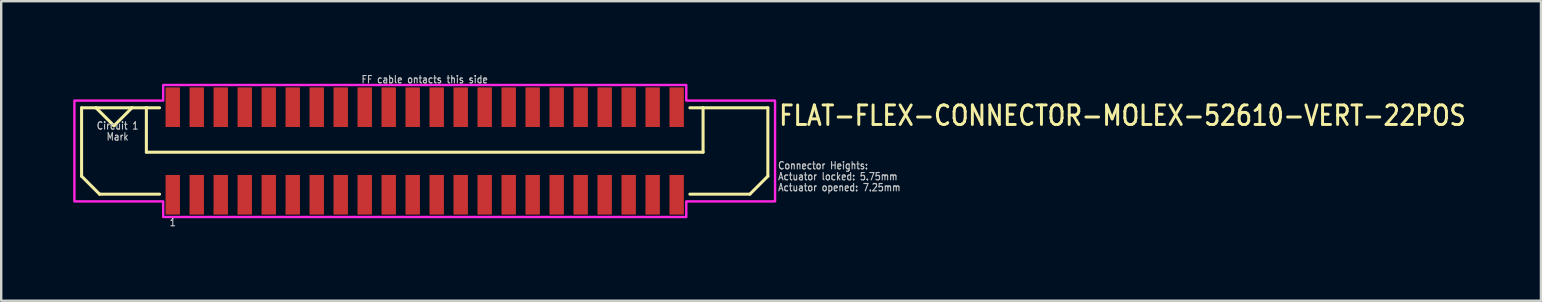
<source format=kicad_pcb>
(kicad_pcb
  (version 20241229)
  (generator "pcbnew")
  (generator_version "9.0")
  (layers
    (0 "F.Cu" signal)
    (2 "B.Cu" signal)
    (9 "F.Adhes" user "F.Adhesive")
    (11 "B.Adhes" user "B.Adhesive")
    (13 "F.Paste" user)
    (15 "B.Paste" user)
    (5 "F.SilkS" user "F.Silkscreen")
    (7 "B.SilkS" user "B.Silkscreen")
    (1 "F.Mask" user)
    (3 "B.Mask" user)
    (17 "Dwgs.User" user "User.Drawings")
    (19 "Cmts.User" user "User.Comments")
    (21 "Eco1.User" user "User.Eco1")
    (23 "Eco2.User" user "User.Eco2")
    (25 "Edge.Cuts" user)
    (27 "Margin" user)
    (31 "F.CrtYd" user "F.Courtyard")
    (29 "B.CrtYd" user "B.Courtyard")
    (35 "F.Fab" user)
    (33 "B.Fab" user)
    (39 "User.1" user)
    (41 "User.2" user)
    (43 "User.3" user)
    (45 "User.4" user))
  (footprint "FLAT-FLEX-CONNECTOR-MOLEX-52610-VERT-22POS"
    (layer "F.Cu")
    (at 14.65 3.242)
    (property "Reference" "FLAT-FLEX-CONNECTOR-MOLEX-52610-VERT-22POS" (at 14.7 -1 0) (unlocked yes) (layer "F.SilkS") (effects (font (size 0.813 0.695) (thickness 0.122)) (justify left bottom)))
    (fp_line (start -14.3 -1.8) (end -14.3 1.05) (stroke (width 0.127) (type solid)) (layer "F.SilkS"))
    (fp_line (start -14.3 1.05) (end -13.55 1.8) (stroke (width 0.127) (type solid)) (layer "F.SilkS"))
    (fp_line (start -13.7 -1.8) (end -14.3 -1.8) (stroke (width 0.127) (type solid)) (layer "F.SilkS"))
    (fp_line (start -13.7 -1.8) (end -12.95 -1.05) (stroke (width 0.127) (type solid)) (layer "F.SilkS"))
    (fp_line (start -13.55 1.8) (end -11.05 1.8) (stroke (width 0.127) (type solid)) (layer "F.SilkS"))
    (fp_line (start -12.95 -1.05) (end -12.2 -1.8) (stroke (width 0.127) (type solid)) (layer "F.SilkS"))
    (fp_line (start -12.2 -1.8) (end -13.7 -1.8) (stroke (width 0.127) (type solid)) (layer "F.SilkS"))
    (fp_line (start -11.6 -1.8) (end -12.2 -1.8) (stroke (width 0.127) (type solid)) (layer "F.SilkS"))
    (fp_line (start -11.6 -1.8) (end -11.6 0.05) (stroke (width 0.127) (type solid)) (layer "F.SilkS"))
    (fp_line (start -11.6 0.05) (end 11.6 0.05) (stroke (width 0.127) (type solid)) (layer "F.SilkS"))
    (fp_line (start -11.05 -1.8) (end -11.6 -1.8) (stroke (width 0.127) (type solid)) (layer "F.SilkS"))
    (fp_line (start 11.05 -1.8) (end 11.6 -1.8) (stroke (width 0.127) (type solid)) (layer "F.SilkS"))
    (fp_line (start 11.6 -1.8) (end 14.3 -1.8) (stroke (width 0.127) (type solid)) (layer "F.SilkS"))
    (fp_line (start 11.6 0.05) (end 11.6 -1.8) (stroke (width 0.127) (type solid)) (layer "F.SilkS"))
    (fp_line (start 13.55 1.8) (end 11.05 1.8) (stroke (width 0.127) (type solid)) (layer "F.SilkS"))
    (fp_line (start 14.3 -1.8) (end 14.3 1.05) (stroke (width 0.127) (type solid)) (layer "F.SilkS"))
    (fp_line (start 14.3 1.05) (end 13.55 1.8) (stroke (width 0.127) (type solid)) (layer "F.SilkS"))
    (fp_poly (pts (xy -14.6 -2.1) (xy -10.9 -2.1) (xy -10.9 -2.75) (xy 10.9 -2.75) (xy 10.9 -2.1) (xy 14.6 -2.1) (xy 14.6 2.1) (xy 10.9 2.1) (xy 10.9 2.75) (xy -10.9 2.75) (xy -10.9 2.1) (xy -14.6 2.1)) (stroke (width 0.1) (type solid)) (fill no) (layer "F.CrtYd"))
    (fp_text user "Circuit 1" (at -12.8 -1.229 0) (unlocked yes) (layer "Dwgs.User") (effects (font (size 0.305 0.261) (thickness 0.046)) (justify top)))
    (fp_text user "Connector Heights:" (at 14.7 0.786 0) (unlocked yes) (layer "Dwgs.User") (effects (font (size 0.305 0.261) (thickness 0.046)) (justify left bottom)))
    (fp_text user "Actuator locked: 5.75mm" (at 14.7 1.243 0) (unlocked yes) (layer "Dwgs.User") (effects (font (size 0.305 0.261) (thickness 0.046)) (justify left bottom)))
    (fp_text user "Mark" (at -12.8 -0.771 0) (unlocked yes) (layer "Dwgs.User") (effects (font (size 0.305 0.261) (thickness 0.046)) (justify top)))
    (fp_text user "FF cable ontacts this side" (at 0 -2.8 0) (unlocked yes) (layer "Dwgs.User") (effects (font (size 0.305 0.261) (thickness 0.046)) (justify bottom)))
    (fp_text user "1" (at -10.5 2.8 0) (unlocked yes) (layer "Dwgs.User") (effects (font (size 0.305 0.261) (thickness 0.046)) (justify top)))
    (fp_text user "Actuator opened: 7.25mm" (at 14.7 1.7 0) (unlocked yes) (layer "Dwgs.User") (effects (font (size 0.305 0.261) (thickness 0.046)) (justify left bottom)))
    (pad "PC1" smd rect (at -10.5 -1.825) (size 0.6 1.65) (layers "F.Cu" "F.Mask" "F.Paste"))
    (pad "PC2" smd rect (at -9.5 -1.825) (size 0.6 1.65) (layers "F.Cu" "F.Mask" "F.Paste"))
    (pad "PC3" smd rect (at -8.5 -1.825) (size 0.6 1.65) (layers "F.Cu" "F.Mask" "F.Paste"))
    (pad "PC4" smd rect (at -7.5 -1.825) (size 0.6 1.65) (layers "F.Cu" "F.Mask" "F.Paste"))
    (pad "PC5" smd rect (at -6.5 -1.825) (size 0.6 1.65) (layers "F.Cu" "F.Mask" "F.Paste"))
    (pad "PC6" smd rect (at -5.5 -1.825) (size 0.6 1.65) (layers "F.Cu" "F.Mask" "F.Paste"))
    (pad "PC7" smd rect (at -4.5 -1.825) (size 0.6 1.65) (layers "F.Cu" "F.Mask" "F.Paste"))
    (pad "PC8" smd rect (at -3.5 -1.825) (size 0.6 1.65) (layers "F.Cu" "F.Mask" "F.Paste"))
    (pad "PC9" smd rect (at -2.5 -1.825) (size 0.6 1.65) (layers "F.Cu" "F.Mask" "F.Paste"))
    (pad "PC10" smd rect (at -1.5 -1.825) (size 0.6 1.65) (layers "F.Cu" "F.Mask" "F.Paste"))
    (pad "PC11" smd rect (at -0.5 -1.825) (size 0.6 1.65) (layers "F.Cu" "F.Mask" "F.Paste"))
    (pad "PC12" smd rect (at 0.5 -1.825) (size 0.6 1.65) (layers "F.Cu" "F.Mask" "F.Paste"))
    (pad "PC13" smd rect (at 1.5 -1.825) (size 0.6 1.65) (layers "F.Cu" "F.Mask" "F.Paste"))
    (pad "PC14" smd rect (at 2.5 -1.825) (size 0.6 1.65) (layers "F.Cu" "F.Mask" "F.Paste"))
    (pad "PC15" smd rect (at 3.5 -1.825) (size 0.6 1.65) (layers "F.Cu" "F.Mask" "F.Paste"))
    (pad "PC16" smd rect (at 4.5 -1.825) (size 0.6 1.65) (layers "F.Cu" "F.Mask" "F.Paste"))
    (pad "PC17" smd rect (at 5.5 -1.825) (size 0.6 1.65) (layers "F.Cu" "F.Mask" "F.Paste"))
    (pad "PC18" smd rect (at 6.5 -1.825) (size 0.6 1.65) (layers "F.Cu" "F.Mask" "F.Paste"))
    (pad "PC19" smd rect (at 7.5 -1.825) (size 0.6 1.65) (layers "F.Cu" "F.Mask" "F.Paste"))
    (pad "PC20" smd rect (at 8.5 -1.825) (size 0.6 1.65) (layers "F.Cu" "F.Mask" "F.Paste"))
    (pad "PC21" smd rect (at 9.5 -1.825) (size 0.6 1.65) (layers "F.Cu" "F.Mask" "F.Paste"))
    (pad "PC22" smd rect (at 10.5 -1.825) (size 0.6 1.65) (layers "F.Cu" "F.Mask" "F.Paste"))
    (pad "PS1" smd rect (at -10.5 1.825) (size 0.6 1.65) (layers "F.Cu" "F.Mask" "F.Paste"))
    (pad "PS2" smd rect (at -9.5 1.825) (size 0.6 1.65) (layers "F.Cu" "F.Mask" "F.Paste"))
    (pad "PS3" smd rect (at -8.5 1.825) (size 0.6 1.65) (layers "F.Cu" "F.Mask" "F.Paste"))
    (pad "PS4" smd rect (at -7.5 1.825) (size 0.6 1.65) (layers "F.Cu" "F.Mask" "F.Paste"))
    (pad "PS5" smd rect (at -6.5 1.825) (size 0.6 1.65) (layers "F.Cu" "F.Mask" "F.Paste"))
    (pad "PS6" smd rect (at -5.5 1.825) (size 0.6 1.65) (layers "F.Cu" "F.Mask" "F.Paste"))
    (pad "PS7" smd rect (at -4.5 1.825) (size 0.6 1.65) (layers "F.Cu" "F.Mask" "F.Paste"))
    (pad "PS8" smd rect (at -3.5 1.825) (size 0.6 1.65) (layers "F.Cu" "F.Mask" "F.Paste"))
    (pad "PS9" smd rect (at -2.5 1.825) (size 0.6 1.65) (layers "F.Cu" "F.Mask" "F.Paste"))
    (pad "PS10" smd rect (at -1.5 1.825) (size 0.6 1.65) (layers "F.Cu" "F.Mask" "F.Paste"))
    (pad "PS11" smd rect (at -0.5 1.825) (size 0.6 1.65) (layers "F.Cu" "F.Mask" "F.Paste"))
    (pad "PS12" smd rect (at 0.5 1.825) (size 0.6 1.65) (layers "F.Cu" "F.Mask" "F.Paste"))
    (pad "PS13" smd rect (at 1.5 1.825) (size 0.6 1.65) (layers "F.Cu" "F.Mask" "F.Paste"))
    (pad "PS14" smd rect (at 2.5 1.825) (size 0.6 1.65) (layers "F.Cu" "F.Mask" "F.Paste"))
    (pad "PS15" smd rect (at 3.5 1.825) (size 0.6 1.65) (layers "F.Cu" "F.Mask" "F.Paste"))
    (pad "PS16" smd rect (at 4.5 1.825) (size 0.6 1.65) (layers "F.Cu" "F.Mask" "F.Paste"))
    (pad "PS17" smd rect (at 5.5 1.825) (size 0.6 1.65) (layers "F.Cu" "F.Mask" "F.Paste"))
    (pad "PS18" smd rect (at 6.5 1.825) (size 0.6 1.65) (layers "F.Cu" "F.Mask" "F.Paste"))
    (pad "PS19" smd rect (at 7.5 1.825) (size 0.6 1.65) (layers "F.Cu" "F.Mask" "F.Paste"))
    (pad "PS20" smd rect (at 8.5 1.825) (size 0.6 1.65) (layers "F.Cu" "F.Mask" "F.Paste"))
    (pad "PS21" smd rect (at 9.5 1.825) (size 0.6 1.65) (layers "F.Cu" "F.Mask" "F.Paste"))
    (pad "PS22" smd rect (at 10.5 1.825) (size 0.6 1.65) (layers "F.Cu" "F.Mask" "F.Paste")))
  (gr_rect
    (start -3 -3)
    (end 61.169 9.484)
    (stroke (width 0.1) (type default))
    (fill no)
    (layer "Edge.Cuts")))
</source>
